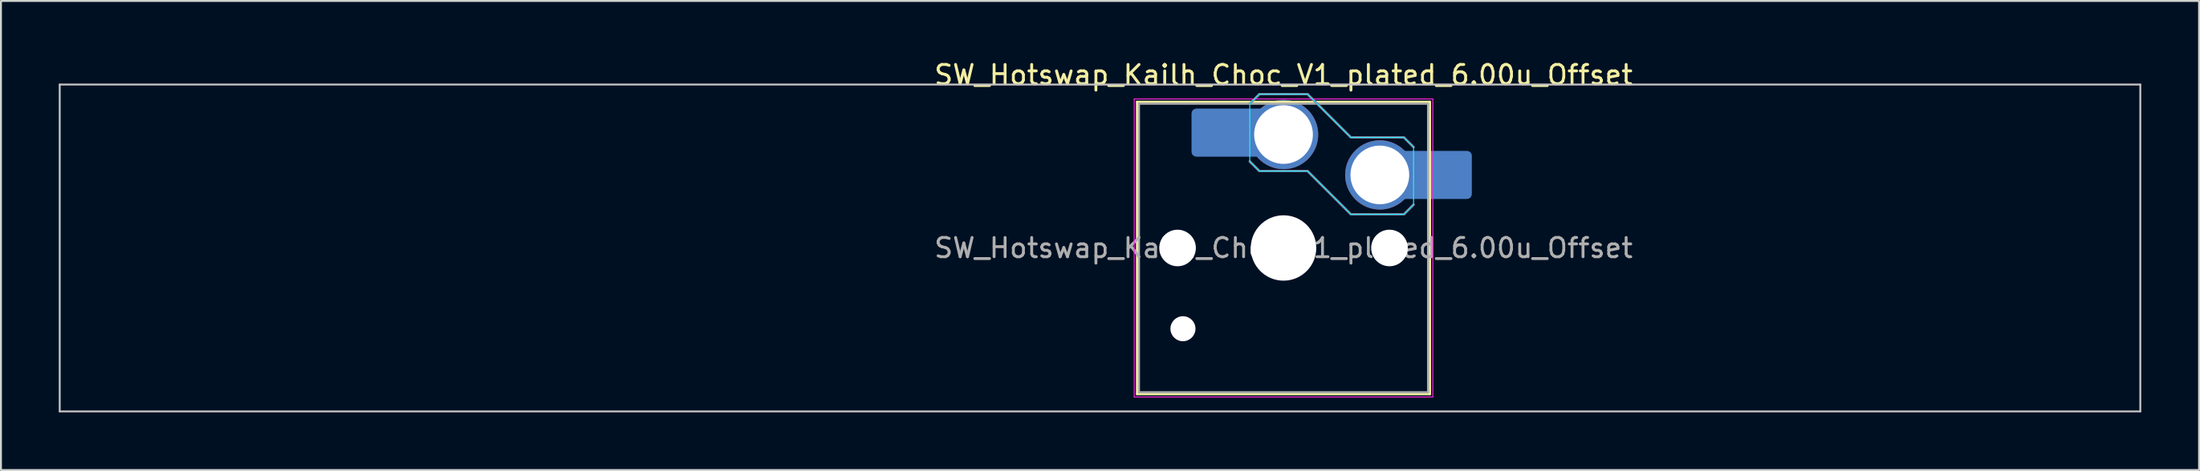
<source format=kicad_pcb>
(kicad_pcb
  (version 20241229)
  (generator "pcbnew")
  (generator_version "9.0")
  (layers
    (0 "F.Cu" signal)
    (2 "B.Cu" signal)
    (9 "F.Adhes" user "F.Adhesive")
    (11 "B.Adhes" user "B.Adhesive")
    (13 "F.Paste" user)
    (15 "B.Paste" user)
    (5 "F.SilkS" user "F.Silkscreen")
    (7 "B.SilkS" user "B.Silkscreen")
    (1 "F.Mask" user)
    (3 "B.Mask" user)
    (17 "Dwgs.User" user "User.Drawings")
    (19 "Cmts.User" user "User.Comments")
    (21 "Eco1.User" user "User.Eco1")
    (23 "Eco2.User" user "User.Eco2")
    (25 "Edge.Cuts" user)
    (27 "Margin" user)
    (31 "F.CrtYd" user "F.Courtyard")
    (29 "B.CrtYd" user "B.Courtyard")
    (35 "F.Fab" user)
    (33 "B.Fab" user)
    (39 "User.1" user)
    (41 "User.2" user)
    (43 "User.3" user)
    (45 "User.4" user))
  (footprint "SW_Hotswap_Kailh_Choc_V1_plated_6.00u_Offset"
    (layer "F.Cu")
    (at 63.575 9.848)
    (property "Reference" "SW_Hotswap_Kailh_Choc_V1_plated_6.00u_Offset" (at 0 -9 0) (layer "F.SilkS") (effects (font (size 1 1) (thickness 0.15))))
    (attr smd)
    (fp_line (start -7.6 -7.6) (end -7.6 7.6) (stroke (width 0.12) (type solid)) (layer "F.SilkS"))
    (fp_line (start -7.6 7.6) (end 7.6 7.6) (stroke (width 0.12) (type solid)) (layer "F.SilkS"))
    (fp_line (start 7.6 -7.6) (end -7.6 -7.6) (stroke (width 0.12) (type solid)) (layer "F.SilkS"))
    (fp_line (start 7.6 7.6) (end 7.6 -7.6) (stroke (width 0.12) (type solid)) (layer "F.SilkS"))
    (fp_line (start -1.75 -7.5) (end -1.25 -8) (stroke (width 0.12) (type solid)) (layer "B.SilkS"))
    (fp_line (start -1.25 -8) (end 1.25 -8) (stroke (width 0.12) (type solid)) (layer "B.SilkS"))
    (fp_line (start -1.25 -4) (end -1.75 -4.5) (stroke (width 0.12) (type solid)) (layer "B.SilkS"))
    (fp_line (start 1.25 -8) (end 3.5 -5.75) (stroke (width 0.12) (type solid)) (layer "B.SilkS"))
    (fp_line (start 1.25 -4) (end -1.25 -4) (stroke (width 0.12) (type solid)) (layer "B.SilkS"))
    (fp_line (start 3.5 -5.75) (end 6.25 -5.75) (stroke (width 0.12) (type solid)) (layer "B.SilkS"))
    (fp_line (start 3.5 -1.75) (end 1.25 -4) (stroke (width 0.12) (type solid)) (layer "B.SilkS"))
    (fp_line (start 6.25 -5.75) (end 6.75 -5.25) (stroke (width 0.12) (type solid)) (layer "B.SilkS"))
    (fp_line (start 6.25 -1.75) (end 3.5 -1.75) (stroke (width 0.12) (type solid)) (layer "B.SilkS"))
    (fp_line (start 6.75 -2.25) (end 6.25 -1.75) (stroke (width 0.12) (type solid)) (layer "B.SilkS"))
    (fp_line (start -63.525 -8.5) (end -63.525 8.5) (stroke (width 0.1) (type solid)) (layer "Dwgs.User"))
    (fp_line (start -63.525 8.5) (end 44.475 8.5) (stroke (width 0.1) (type solid)) (layer "Dwgs.User"))
    (fp_line (start 44.475 -8.5) (end -63.525 -8.5) (stroke (width 0.1) (type solid)) (layer "Dwgs.User"))
    (fp_line (start 44.475 8.5) (end 44.475 -8.5) (stroke (width 0.1) (type solid)) (layer "Dwgs.User"))
    (fp_line (start -7.25 -7.25) (end -7.25 7.25) (stroke (width 0.1) (type solid)) (layer "Eco1.User"))
    (fp_line (start -7.25 7.25) (end 7.25 7.25) (stroke (width 0.1) (type solid)) (layer "Eco1.User"))
    (fp_line (start 7.25 -7.25) (end -7.25 -7.25) (stroke (width 0.1) (type solid)) (layer "Eco1.User"))
    (fp_line (start 7.25 7.25) (end 7.25 -7.25) (stroke (width 0.1) (type solid)) (layer "Eco1.User"))
    (fp_line (start -1.75 -7.5) (end -1.25 -8) (stroke (width 0.05) (type solid)) (layer "B.CrtYd"))
    (fp_line (start -1.75 -4.5) (end -1.75 -7.5) (stroke (width 0.05) (type solid)) (layer "B.CrtYd"))
    (fp_line (start -1.25 -8) (end 1.25 -8) (stroke (width 0.05) (type solid)) (layer "B.CrtYd"))
    (fp_line (start -1.25 -4) (end -1.75 -4.5) (stroke (width 0.05) (type solid)) (layer "B.CrtYd"))
    (fp_line (start 1.25 -8) (end 3.5 -5.75) (stroke (width 0.05) (type solid)) (layer "B.CrtYd"))
    (fp_line (start 1.25 -4) (end -1.25 -4) (stroke (width 0.05) (type solid)) (layer "B.CrtYd"))
    (fp_line (start 3.5 -5.75) (end 6.25 -5.75) (stroke (width 0.05) (type solid)) (layer "B.CrtYd"))
    (fp_line (start 3.5 -1.75) (end 1.25 -4) (stroke (width 0.05) (type solid)) (layer "B.CrtYd"))
    (fp_line (start 6.25 -5.75) (end 6.75 -5.25) (stroke (width 0.05) (type solid)) (layer "B.CrtYd"))
    (fp_line (start 6.25 -1.75) (end 3.5 -1.75) (stroke (width 0.05) (type solid)) (layer "B.CrtYd"))
    (fp_line (start 6.75 -5.25) (end 6.75 -2.25) (stroke (width 0.05) (type solid)) (layer "B.CrtYd"))
    (fp_line (start 6.75 -2.25) (end 6.25 -1.75) (stroke (width 0.05) (type solid)) (layer "B.CrtYd"))
    (fp_line (start -7.75 -7.75) (end -7.75 7.75) (stroke (width 0.05) (type solid)) (layer "F.CrtYd"))
    (fp_line (start -7.75 7.75) (end 7.75 7.75) (stroke (width 0.05) (type solid)) (layer "F.CrtYd"))
    (fp_line (start 7.75 -7.75) (end -7.75 -7.75) (stroke (width 0.05) (type solid)) (layer "F.CrtYd"))
    (fp_line (start 7.75 7.75) (end 7.75 -7.75) (stroke (width 0.05) (type solid)) (layer "F.CrtYd"))
    (fp_line (start -1.75 -7.5) (end -1.25 -8) (stroke (width 0.1) (type solid)) (layer "B.Fab"))
    (fp_line (start -1.25 -8) (end 1.25 -8) (stroke (width 0.1) (type solid)) (layer "B.Fab"))
    (fp_line (start -1.25 -4) (end -1.75 -4.5) (stroke (width 0.1) (type solid)) (layer "B.Fab"))
    (fp_line (start 1.25 -8) (end 3.5 -5.75) (stroke (width 0.1) (type solid)) (layer "B.Fab"))
    (fp_line (start 1.25 -4) (end -1.25 -4) (stroke (width 0.1) (type solid)) (layer "B.Fab"))
    (fp_line (start 3.5 -5.75) (end 6.25 -5.75) (stroke (width 0.1) (type solid)) (layer "B.Fab"))
    (fp_line (start 3.5 -1.75) (end 1.25 -4) (stroke (width 0.1) (type solid)) (layer "B.Fab"))
    (fp_line (start 6.25 -5.75) (end 6.75 -5.25) (stroke (width 0.1) (type solid)) (layer "B.Fab"))
    (fp_line (start 6.25 -1.75) (end 3.5 -1.75) (stroke (width 0.1) (type solid)) (layer "B.Fab"))
    (fp_line (start 6.75 -2.25) (end 6.25 -1.75) (stroke (width 0.1) (type solid)) (layer "B.Fab"))
    (fp_line (start -7.5 -7.5) (end -7.5 7.5) (stroke (width 0.1) (type solid)) (layer "F.Fab"))
    (fp_line (start -7.5 7.5) (end 7.5 7.5) (stroke (width 0.1) (type solid)) (layer "F.Fab"))
    (fp_line (start 7.5 -7.5) (end -7.5 -7.5) (stroke (width 0.1) (type solid)) (layer "F.Fab"))
    (fp_line (start 7.5 7.5) (end 7.5 -7.5) (stroke (width 0.1) (type solid)) (layer "F.Fab"))
    (fp_text user "${REFERENCE}" (at 0 0 0) (layer "F.Fab") (effects (font (size 1 1) (thickness 0.15))))
    (pad "" np_thru_hole circle (at -5.5 0) (size 1.9 1.9) (drill 1.9) (layers "*.Cu" "*.Mask"))
    (pad "" np_thru_hole circle (at -5.22 4.2) (size 1.3 1.3) (drill 1.3) (layers "*.Cu" "*.Mask"))
    (pad "" smd roundrect (at -3.5 -6) (size 2.55 2.5) (layers "B.Mask" "B.Paste") (roundrect_rratio 0.1))
    (pad "" np_thru_hole circle (at 0 0) (size 3.4 3.4) (drill 3.4) (layers "*.Cu" "*.Mask"))
    (pad "" np_thru_hole circle (at 5.5 0) (size 1.9 1.9) (drill 1.9) (layers "*.Cu" "*.Mask"))
    (pad "" smd roundrect (at 8.5 -3.8) (size 2.55 2.5) (layers "B.Mask" "B.Paste") (roundrect_rratio 0.1))
    (pad "1" smd roundrect (at -2.85 -6) (size 3.85 2.5) (layers "B.Cu") (roundrect_rratio 0.1))
    (pad "1" thru_hole circle (at 0 -5.9) (size 3.6 3.6) (drill 3.05) (layers "*.Cu" "B.Mask"))
    (pad "2" thru_hole circle (at 5 -3.8) (size 3.6 3.6) (drill 3.05) (layers "*.Cu" "B.Mask"))
    (pad "2" smd roundrect (at 7.85 -3.8) (size 3.85 2.5) (layers "B.Cu") (roundrect_rratio 0.1)))
  (gr_rect
    (start -3 -3)
    (end 111.1 21.398)
    (stroke (width 0.1) (type default))
    (fill no)
    (layer "Edge.Cuts")))
</source>
